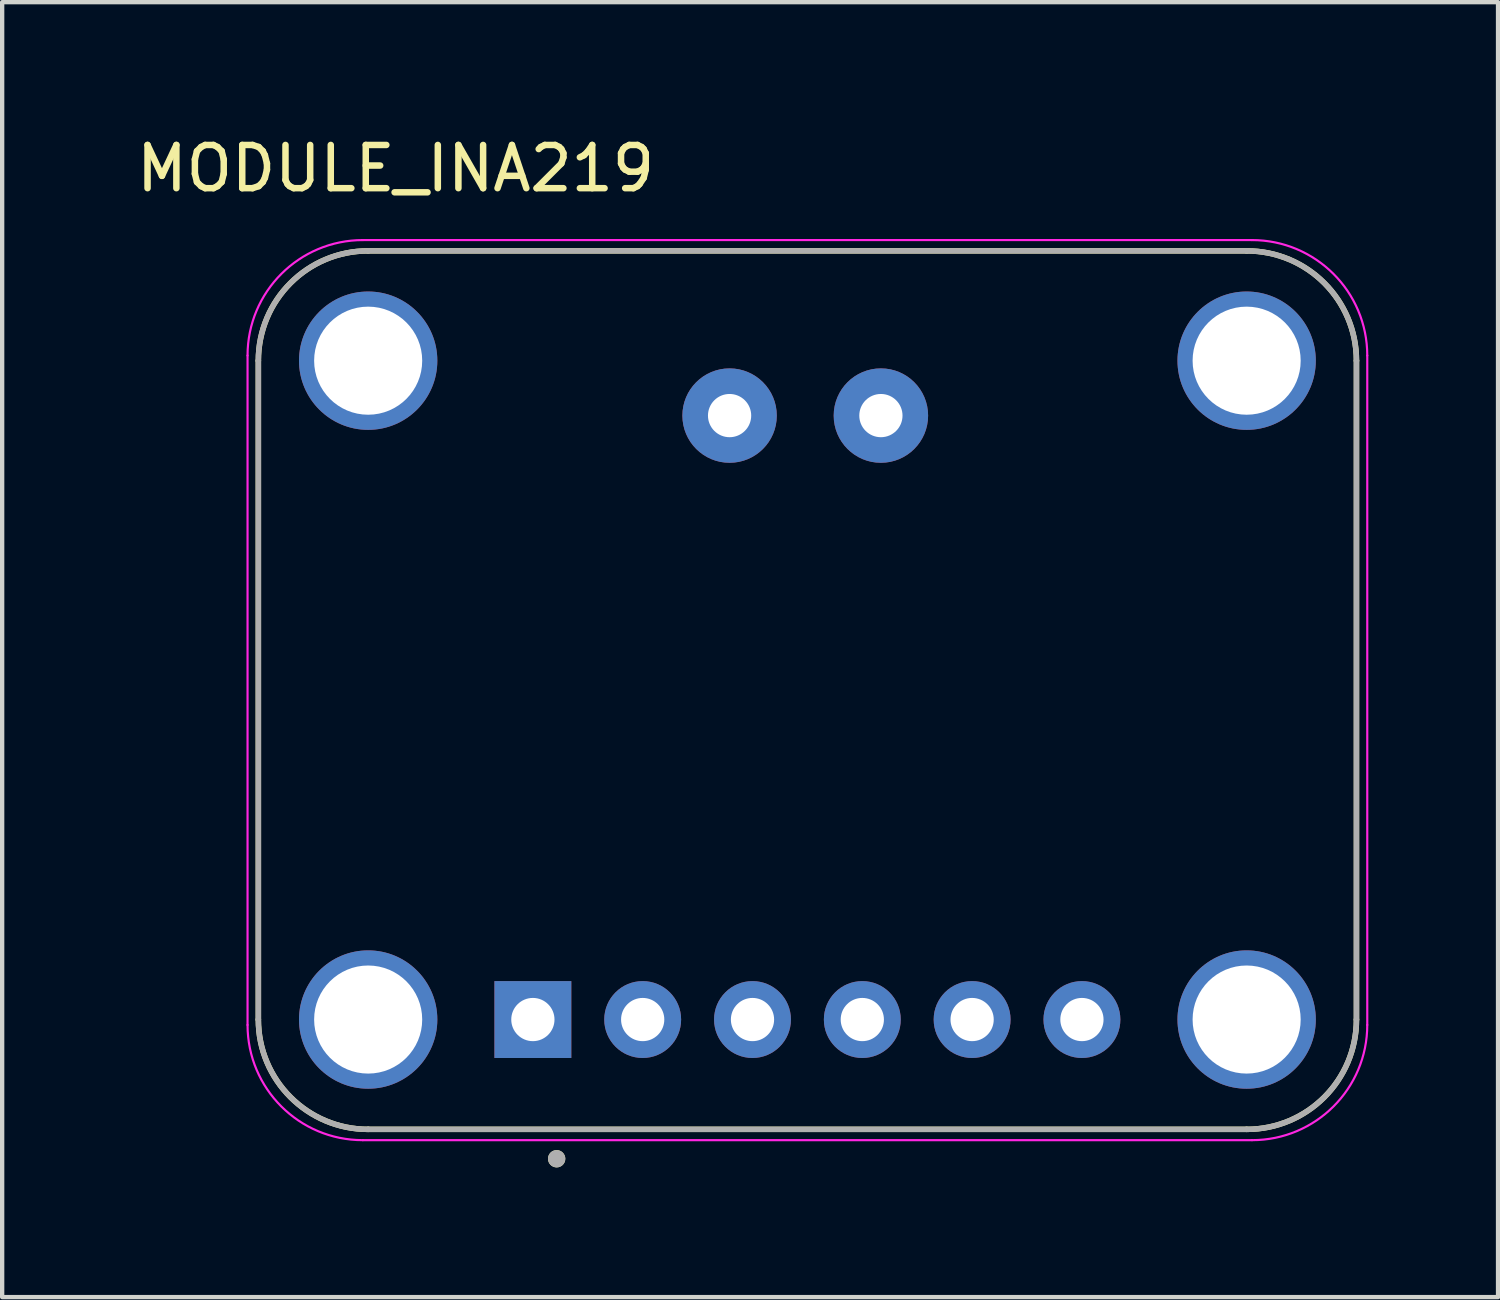
<source format=kicad_pcb>
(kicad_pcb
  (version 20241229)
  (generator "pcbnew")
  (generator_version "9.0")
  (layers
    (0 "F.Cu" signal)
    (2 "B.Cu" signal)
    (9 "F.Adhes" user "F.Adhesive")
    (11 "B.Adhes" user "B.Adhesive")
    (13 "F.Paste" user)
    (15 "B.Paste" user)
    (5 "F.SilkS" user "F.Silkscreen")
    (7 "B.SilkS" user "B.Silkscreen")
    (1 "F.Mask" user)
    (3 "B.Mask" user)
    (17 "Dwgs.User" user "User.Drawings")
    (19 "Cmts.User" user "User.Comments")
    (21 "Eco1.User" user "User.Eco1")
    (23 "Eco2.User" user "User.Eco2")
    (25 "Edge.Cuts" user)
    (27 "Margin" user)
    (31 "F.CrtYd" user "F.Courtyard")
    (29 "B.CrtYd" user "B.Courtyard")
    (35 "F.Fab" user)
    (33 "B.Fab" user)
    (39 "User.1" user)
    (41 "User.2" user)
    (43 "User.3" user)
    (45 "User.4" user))
  (footprint "MODULE_INA219"
    (layer "F.Cu")
    (at 15.626 12.913)
    (property "Reference" "MODULE_INA219" (at -9.525 -12.065 0) (layer "F.SilkS") (effects (font (size 1 1) (thickness 0.15))))
    (attr through_hole)
    (fp_line (start -12.7 -7.62) (end -12.7 7.62) (stroke (width 0.127) (type solid)) (layer "F.SilkS"))
    (fp_line (start -10.16 10.16) (end 10.16 10.16) (stroke (width 0.127) (type solid)) (layer "F.SilkS"))
    (fp_line (start 10.16 -10.16) (end -10.16 -10.16) (stroke (width 0.127) (type solid)) (layer "F.SilkS"))
    (fp_line (start 12.7 7.62) (end 12.7 -7.62) (stroke (width 0.127) (type solid)) (layer "F.SilkS"))
    (fp_arc (start -12.7 -7.62) (mid -11.956051 -9.416051) (end -10.16 -10.16) (stroke (width 0.127) (type solid)) (layer "F.SilkS"))
    (fp_arc (start -10.16 10.16) (mid -11.956051 9.416051) (end -12.7 7.62) (stroke (width 0.127) (type solid)) (layer "F.SilkS"))
    (fp_arc (start 10.16 -10.16) (mid 11.956051 -9.416051) (end 12.7 -7.62) (stroke (width 0.127) (type solid)) (layer "F.SilkS"))
    (fp_arc (start 12.7 7.62) (mid 11.956051 9.416051) (end 10.16 10.16) (stroke (width 0.127) (type solid)) (layer "F.SilkS"))
    (fp_circle (center -5.8 10.84) (end -5.7 10.84) (stroke (width 0.2) (type solid)) (fill no) (layer "F.SilkS"))
    (fp_line (start -12.95 7.745) (end -12.95 -7.74) (stroke (width 0.05) (type solid)) (layer "F.CrtYd"))
    (fp_line (start -10.28 -10.41) (end 10.28 -10.41) (stroke (width 0.05) (type solid)) (layer "F.CrtYd"))
    (fp_line (start 10.285 10.41) (end -10.285 10.41) (stroke (width 0.05) (type solid)) (layer "F.CrtYd"))
    (fp_line (start 12.95 -7.74) (end 12.95 7.745) (stroke (width 0.05) (type solid)) (layer "F.CrtYd"))
    (fp_arc (start -12.95 -7.74) (mid -12.167975 -9.627975) (end -10.28 -10.41) (stroke (width 0.05) (type solid)) (layer "F.CrtYd"))
    (fp_arc (start -10.285 10.41) (mid -12.16944 9.62944) (end -12.95 7.745) (stroke (width 0.05) (type solid)) (layer "F.CrtYd"))
    (fp_arc (start 10.28 -10.41) (mid 12.167975 -9.627975) (end 12.95 -7.74) (stroke (width 0.05) (type solid)) (layer "F.CrtYd"))
    (fp_arc (start 12.95 7.745) (mid 12.16944 9.62944) (end 10.285 10.41) (stroke (width 0.05) (type solid)) (layer "F.CrtYd"))
    (fp_line (start -12.7 -7.62) (end -12.7 7.62) (stroke (width 0.127) (type solid)) (layer "F.Fab"))
    (fp_line (start -10.16 10.16) (end 10.16 10.16) (stroke (width 0.127) (type solid)) (layer "F.Fab"))
    (fp_line (start 10.16 -10.16) (end -10.16 -10.16) (stroke (width 0.127) (type solid)) (layer "F.Fab"))
    (fp_line (start 12.7 7.62) (end 12.7 -7.62) (stroke (width 0.127) (type solid)) (layer "F.Fab"))
    (fp_arc (start -12.7 -7.62) (mid -11.956051 -9.416051) (end -10.16 -10.16) (stroke (width 0.127) (type solid)) (layer "F.Fab"))
    (fp_arc (start -10.16 10.16) (mid -11.956051 9.416051) (end -12.7 7.62) (stroke (width 0.127) (type solid)) (layer "F.Fab"))
    (fp_arc (start 10.16 -10.16) (mid 11.956051 -9.416051) (end 12.7 -7.62) (stroke (width 0.127) (type solid)) (layer "F.Fab"))
    (fp_arc (start 12.7 7.62) (mid 11.956051 9.416051) (end 10.16 10.16) (stroke (width 0.127) (type solid)) (layer "F.Fab"))
    (fp_circle (center -5.8 10.84) (end -5.7 10.84) (stroke (width 0.2) (type solid)) (fill no) (layer "F.Fab"))
    (pad "1" thru_hole rect (at -6.35 7.62) (size 1.778 1.778) (drill 1) (layers "*.Cu" "*.Mask"))
    (pad "2" thru_hole circle (at -3.81 7.62) (size 1.778 1.778) (drill 1) (layers "*.Cu" "*.Mask"))
    (pad "3" thru_hole circle (at -1.27 7.62) (size 1.778 1.778) (drill 1) (layers "*.Cu" "*.Mask"))
    (pad "4" thru_hole circle (at 1.27 7.62) (size 1.778 1.778) (drill 1) (layers "*.Cu" "*.Mask"))
    (pad "5" thru_hole circle (at 3.81 7.62) (size 1.778 1.778) (drill 1) (layers "*.Cu" "*.Mask"))
    (pad "6" thru_hole circle (at 6.35 7.62) (size 1.778 1.778) (drill 1) (layers "*.Cu" "*.Mask"))
    (pad "SH1" thru_hole circle (at -10.16 -7.62) (size 3.2 3.2) (drill 2.5) (layers "*.Cu" "*.Mask"))
    (pad "SH2" thru_hole circle (at 10.16 -7.62) (size 3.2 3.2) (drill 2.5) (layers "*.Cu" "*.Mask"))
    (pad "SH3" thru_hole circle (at -10.16 7.62) (size 3.2 3.2) (drill 2.5) (layers "*.Cu" "*.Mask"))
    (pad "SH4" thru_hole circle (at 10.16 7.62) (size 3.2 3.2) (drill 2.5) (layers "*.Cu" "*.Mask"))
    (pad "VIN+" thru_hole circle (at 1.7 -6.35) (size 2.184 2.184) (drill 1) (layers "*.Cu" "*.Mask"))
    (pad "VIN-" thru_hole circle (at -1.8 -6.35) (size 2.184 2.184) (drill 1) (layers "*.Cu" "*.Mask")))
  (gr_rect
    (start -3 -3)
    (end 31.601 26.953)
    (stroke (width 0.1) (type default))
    (fill no)
    (layer "Edge.Cuts")))
</source>
